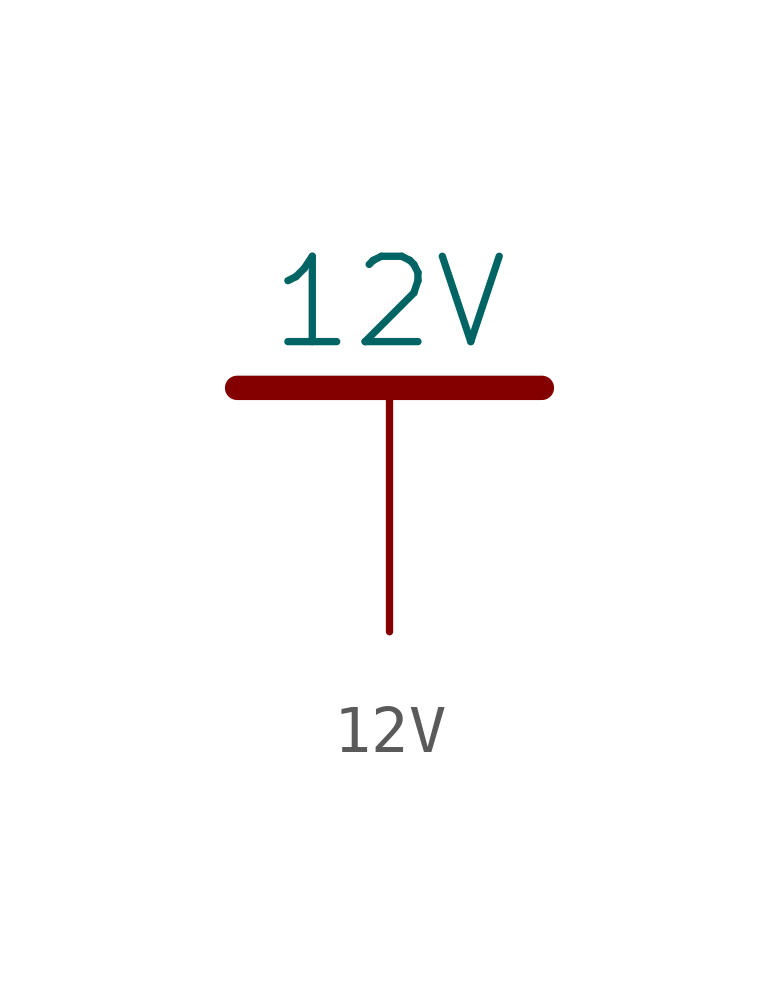
<source format=kicad_sym>
(kicad_symbol_lib
  (version 20211014)
  (generator kicad_symbol_editor)
  (symbol "12V"
    (pin_names
      (offset 1.016))
    (property "Reference" "U"
      (at -2.54 5.08 0)
      (effects (font (size 1.778 1.778)) hide))
    (property "Value" "12V"
      (at 0 1.778 0)
      (effects (font (size 1.778 1.778))))
    (symbol "12V_1_1"
      (polyline (pts (xy 0 -5.08) (xy 0 0)) (stroke (width 0) (type default) (color 0 0 0 0)) (fill (type none)))
      (polyline (pts (xy 3.175 0) (xy -3.175 0)) (stroke (width 0.508) (type default) (color 0 0 0 0)) (fill (type none)))
      (pin power_in line (at 0 -5.08 90) (length 5.08) hide (name "12V" (effects (font (size 1.27 1.27)))) (number "1" (effects (font (size 1.27 1.27))))))))
</source>
